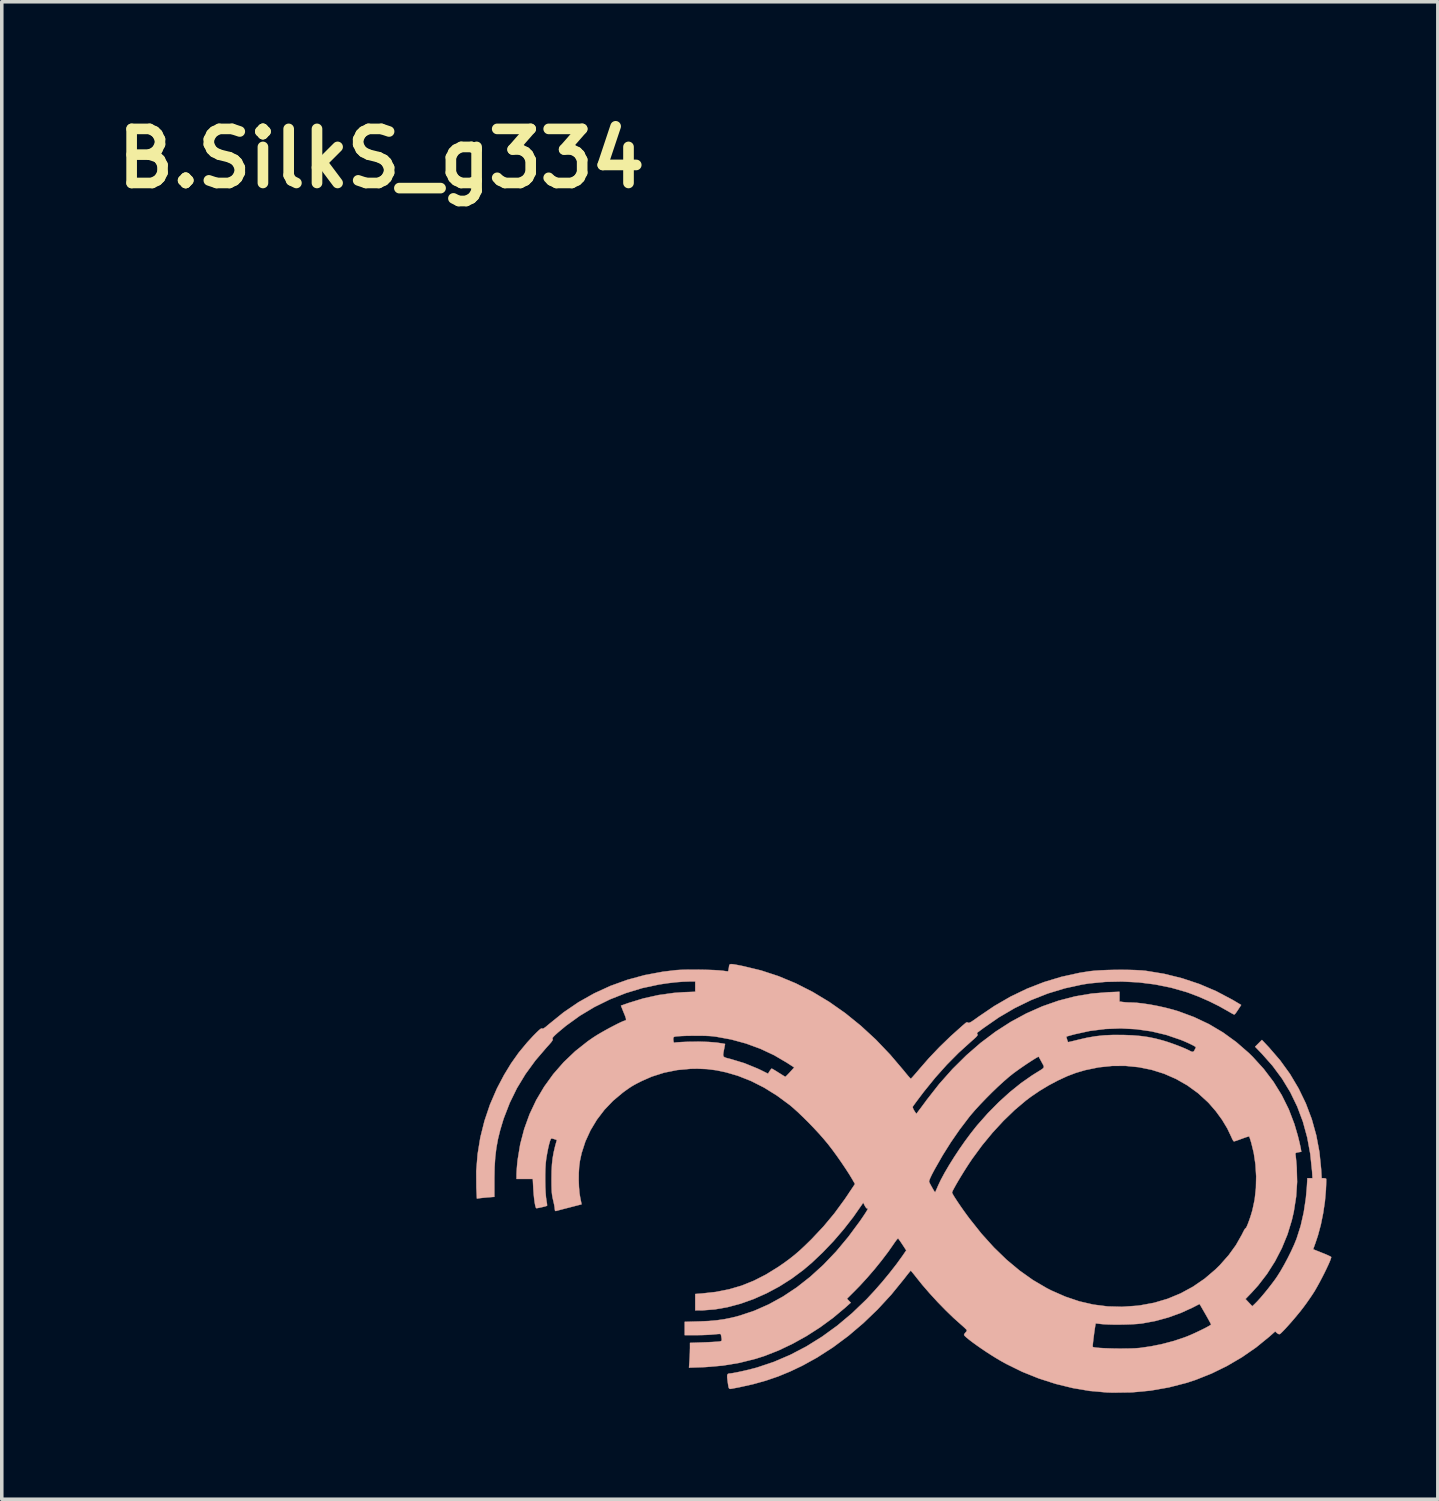
<source format=kicad_pcb>
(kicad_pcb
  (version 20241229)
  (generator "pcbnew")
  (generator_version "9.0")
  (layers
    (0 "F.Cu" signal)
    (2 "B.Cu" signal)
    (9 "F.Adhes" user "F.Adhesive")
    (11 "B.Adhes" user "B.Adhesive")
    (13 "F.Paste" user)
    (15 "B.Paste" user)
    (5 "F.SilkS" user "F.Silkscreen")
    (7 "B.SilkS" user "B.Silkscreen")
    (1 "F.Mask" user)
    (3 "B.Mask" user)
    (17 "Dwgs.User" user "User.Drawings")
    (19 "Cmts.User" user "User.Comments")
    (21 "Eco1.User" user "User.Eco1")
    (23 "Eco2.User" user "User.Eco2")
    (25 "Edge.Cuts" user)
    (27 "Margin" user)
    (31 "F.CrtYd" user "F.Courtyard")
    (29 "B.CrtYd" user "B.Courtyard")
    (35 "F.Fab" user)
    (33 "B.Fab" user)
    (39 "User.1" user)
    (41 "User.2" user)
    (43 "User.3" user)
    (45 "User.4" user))
  (footprint "B.SilkS_g334"
    (layer "F.Cu")
    (at 7.7 1.418)
    (property "Reference" "B.SilkS_g334" (at 0 0 0) (layer "F.SilkS") (effects (font (size 1.524 1.524) (thickness 0.3))))
    (attr through_hole)
    (fp_poly (pts (xy 9.899 22.711) (xy 9.971 22.722) (xy 10.073 22.741) (xy 10.202 22.767) (xy 10.704 22.888) (xy 11.198 23.05) (xy 11.683 23.252) (xy 12.159 23.494) (xy 12.624 23.774) (xy 13.076 24.091) (xy 13.514 24.446) (xy 13.938 24.836) (xy 14.344 25.262) (xy 14.715 25.698) (xy 14.784 25.783) (xy 14.845 25.856) (xy 14.892 25.909) (xy 14.92 25.937) (xy 14.925 25.94) (xy 14.943 25.924) (xy 14.983 25.881) (xy 15.04 25.816) (xy 15.11 25.735) (xy 15.169 25.665) (xy 15.435 25.36) (xy 15.73 25.05) (xy 16.046 24.744) (xy 16.371 24.453) (xy 16.473 24.366) (xy 16.509 24.347) (xy 16.539 24.361) (xy 16.557 24.366) (xy 16.588 24.357) (xy 16.636 24.331) (xy 16.706 24.284) (xy 16.803 24.215) (xy 16.824 24.199) (xy 17.275 23.893) (xy 17.732 23.628) (xy 18.199 23.403) (xy 18.676 23.217) (xy 19.168 23.068) (xy 19.677 22.956) (xy 19.971 22.909) (xy 20.105 22.895) (xy 20.272 22.884) (xy 20.462 22.876) (xy 20.666 22.871) (xy 20.874 22.87) (xy 21.077 22.872) (xy 21.265 22.878) (xy 21.43 22.887) (xy 21.548 22.898) (xy 22.066 22.983) (xy 22.571 23.108) (xy 23.06 23.271) (xy 23.532 23.472) (xy 23.986 23.712) (xy 24.041 23.744) (xy 24.237 23.861) (xy 24.201 23.916) (xy 24.141 24.008) (xy 24.099 24.07) (xy 24.071 24.107) (xy 24.053 24.125) (xy 24.041 24.13) (xy 24.015 24.12) (xy 23.963 24.092) (xy 23.894 24.052) (xy 23.868 24.037) (xy 23.614 23.894) (xy 23.334 23.755) (xy 23.042 23.627) (xy 22.755 23.518) (xy 22.691 23.496) (xy 22.261 23.373) (xy 21.811 23.282) (xy 21.348 23.224) (xy 20.879 23.2) (xy 20.411 23.21) (xy 19.951 23.254) (xy 19.755 23.285) (xy 19.268 23.391) (xy 18.787 23.537) (xy 18.314 23.724) (xy 17.853 23.949) (xy 17.406 24.211) (xy 16.981 24.506) (xy 16.908 24.56) (xy 16.848 24.605) (xy 16.808 24.634) (xy 16.798 24.642) (xy 16.791 24.668) (xy 16.802 24.686) (xy 16.808 24.703) (xy 16.796 24.728) (xy 16.763 24.766) (xy 16.705 24.82) (xy 16.621 24.894) (xy 16.273 25.209) (xy 15.94 25.545) (xy 15.615 25.908) (xy 15.294 26.304) (xy 15.153 26.49) (xy 15.091 26.573) (xy 15.038 26.645) (xy 14.999 26.699) (xy 14.98 26.727) (xy 14.979 26.727) (xy 14.981 26.76) (xy 15.004 26.812) (xy 15.022 26.842) (xy 15.08 26.93) (xy 15.127 26.869) (xy 15.156 26.83) (xy 15.205 26.766) (xy 15.267 26.682) (xy 15.337 26.588) (xy 15.369 26.543) (xy 15.726 26.087) (xy 16.1 25.666) (xy 16.49 25.28) (xy 16.894 24.929) (xy 17.129 24.753) (xy 19.309 24.753) (xy 19.312 24.773) (xy 19.324 24.816) (xy 19.339 24.864) (xy 19.353 24.9) (xy 19.357 24.908) (xy 19.378 24.905) (xy 19.432 24.893) (xy 19.512 24.874) (xy 19.611 24.85) (xy 19.645 24.841) (xy 19.894 24.784) (xy 20.133 24.743) (xy 20.373 24.717) (xy 20.629 24.706) (xy 20.912 24.707) (xy 20.921 24.707) (xy 21.177 24.717) (xy 21.403 24.736) (xy 21.612 24.765) (xy 21.815 24.806) (xy 22.025 24.861) (xy 22.045 24.867) (xy 22.165 24.904) (xy 22.298 24.95) (xy 22.435 25) (xy 22.565 25.051) (xy 22.678 25.099) (xy 22.763 25.139) (xy 22.775 25.146) (xy 22.839 25.177) (xy 22.878 25.183) (xy 22.905 25.163) (xy 22.925 25.13) (xy 22.948 25.084) (xy 22.961 25.057) (xy 22.948 25.04) (xy 22.9 25.01) (xy 22.824 24.971) (xy 22.726 24.925) (xy 22.611 24.875) (xy 22.532 24.843) (xy 22.128 24.705) (xy 21.709 24.605) (xy 21.28 24.544) (xy 20.844 24.521) (xy 20.406 24.538) (xy 19.97 24.593) (xy 19.558 24.683) (xy 19.463 24.708) (xy 19.384 24.73) (xy 19.33 24.746) (xy 19.309 24.753) (xy 17.129 24.753) (xy 17.311 24.615) (xy 17.74 24.339) (xy 18.181 24.1) (xy 18.631 23.9) (xy 19.089 23.74) (xy 19.556 23.619) (xy 20.028 23.539) (xy 20.484 23.502) (xy 20.807 23.489) (xy 20.807 23.764) (xy 20.905 23.778) (xy 20.985 23.786) (xy 21.079 23.791) (xy 21.126 23.791) (xy 21.282 23.798) (xy 21.468 23.819) (xy 21.674 23.85) (xy 21.891 23.891) (xy 22.11 23.94) (xy 22.32 23.995) (xy 22.468 24.039) (xy 22.91 24.203) (xy 23.329 24.401) (xy 23.725 24.636) (xy 24.099 24.907) (xy 24.452 25.214) (xy 24.564 25.324) (xy 24.874 25.665) (xy 25.147 26.025) (xy 25.381 26.403) (xy 25.578 26.8) (xy 25.737 27.217) (xy 25.833 27.545) (xy 25.861 27.657) (xy 25.886 27.761) (xy 25.905 27.848) (xy 25.917 27.907) (xy 25.918 27.911) (xy 25.932 27.999) (xy 25.844 28.014) (xy 25.789 28.026) (xy 25.767 28.043) (xy 25.767 28.072) (xy 25.768 28.074) (xy 25.773 28.111) (xy 25.781 28.181) (xy 25.79 28.276) (xy 25.799 28.387) (xy 25.803 28.44) (xy 25.814 28.85) (xy 25.786 29.269) (xy 25.72 29.691) (xy 25.664 29.932) (xy 25.543 30.328) (xy 25.384 30.715) (xy 25.191 31.088) (xy 24.967 31.441) (xy 24.715 31.768) (xy 24.539 31.963) (xy 24.359 32.15) (xy 24.455 32.252) (xy 24.551 32.353) (xy 24.618 32.29) (xy 24.695 32.212) (xy 24.789 32.108) (xy 24.893 31.985) (xy 25 31.853) (xy 25.103 31.72) (xy 25.197 31.594) (xy 25.255 31.509) (xy 25.349 31.36) (xy 25.449 31.185) (xy 25.55 30.996) (xy 25.645 30.805) (xy 25.729 30.622) (xy 25.795 30.46) (xy 25.803 30.438) (xy 25.915 30.085) (xy 26.001 29.705) (xy 26.061 29.307) (xy 26.089 28.993) (xy 26.104 28.744) (xy 26.248 28.744) (xy 26.236 28.549) (xy 26.185 28.06) (xy 26.099 27.594) (xy 25.977 27.149) (xy 25.818 26.726) (xy 25.623 26.322) (xy 25.39 25.938) (xy 25.12 25.574) (xy 24.82 25.235) (xy 24.63 25.038) (xy 24.726 24.942) (xy 24.822 24.846) (xy 25.018 25.054) (xy 25.334 25.42) (xy 25.613 25.806) (xy 25.855 26.213) (xy 26.06 26.637) (xy 26.227 27.079) (xy 26.354 27.536) (xy 26.443 28.008) (xy 26.491 28.485) (xy 26.506 28.744) (xy 26.566 28.744) (xy 26.611 28.749) (xy 26.633 28.76) (xy 26.635 28.786) (xy 26.634 28.846) (xy 26.632 28.932) (xy 26.627 29.036) (xy 26.626 29.072) (xy 26.598 29.396) (xy 26.549 29.727) (xy 26.483 30.054) (xy 26.4 30.362) (xy 26.333 30.563) (xy 26.304 30.643) (xy 26.282 30.705) (xy 26.269 30.741) (xy 26.268 30.746) (xy 26.286 30.755) (xy 26.337 30.776) (xy 26.412 30.806) (xy 26.505 30.843) (xy 26.522 30.85) (xy 26.617 30.888) (xy 26.696 30.923) (xy 26.751 30.95) (xy 26.775 30.966) (xy 26.776 30.968) (xy 26.766 31.009) (xy 26.739 31.082) (xy 26.697 31.178) (xy 26.643 31.293) (xy 26.582 31.419) (xy 26.515 31.55) (xy 26.446 31.681) (xy 26.378 31.804) (xy 26.315 31.914) (xy 26.296 31.945) (xy 26.235 32.039) (xy 26.158 32.152) (xy 26.074 32.272) (xy 25.992 32.383) (xy 25.986 32.391) (xy 25.914 32.484) (xy 25.831 32.586) (xy 25.741 32.694) (xy 25.649 32.801) (xy 25.559 32.902) (xy 25.477 32.992) (xy 25.407 33.065) (xy 25.355 33.116) (xy 25.323 33.14) (xy 25.322 33.141) (xy 25.287 33.136) (xy 25.245 33.108) (xy 25.197 33.063) (xy 25.029 33.212) (xy 24.658 33.514) (xy 24.259 33.79) (xy 23.837 34.037) (xy 23.4 34.251) (xy 22.953 34.429) (xy 22.708 34.51) (xy 22.199 34.641) (xy 21.681 34.732) (xy 21.154 34.781) (xy 20.619 34.789) (xy 20.447 34.783) (xy 19.971 34.741) (xy 19.489 34.659) (xy 19.007 34.541) (xy 18.531 34.388) (xy 18.066 34.201) (xy 17.62 33.982) (xy 17.451 33.888) (xy 17.323 33.812) (xy 17.188 33.728) (xy 17.05 33.639) (xy 16.915 33.548) (xy 16.833 33.491) (xy 20.05 33.491) (xy 20.05 33.498) (xy 20.083 33.51) (xy 20.151 33.52) (xy 20.249 33.529) (xy 20.37 33.536) (xy 20.509 33.541) (xy 20.659 33.545) (xy 20.814 33.547) (xy 20.967 33.546) (xy 21.112 33.544) (xy 21.244 33.539) (xy 21.355 33.531) (xy 21.389 33.528) (xy 21.702 33.482) (xy 22.023 33.416) (xy 22.337 33.333) (xy 22.63 33.235) (xy 22.722 33.2) (xy 22.818 33.16) (xy 22.925 33.112) (xy 23.034 33.061) (xy 23.139 33.01) (xy 23.235 32.962) (xy 23.312 32.92) (xy 23.366 32.888) (xy 23.389 32.87) (xy 23.389 32.869) (xy 23.379 32.845) (xy 23.351 32.792) (xy 23.309 32.715) (xy 23.257 32.623) (xy 23.227 32.57) (xy 23.065 32.289) (xy 22.869 32.39) (xy 22.539 32.541) (xy 22.184 32.669) (xy 21.819 32.769) (xy 21.457 32.836) (xy 21.423 32.841) (xy 21.302 32.853) (xy 21.153 32.862) (xy 20.986 32.868) (xy 20.812 32.871) (xy 20.642 32.871) (xy 20.485 32.867) (xy 20.352 32.86) (xy 20.278 32.853) (xy 20.207 32.844) (xy 20.156 32.839) (xy 20.137 32.838) (xy 20.131 32.86) (xy 20.122 32.915) (xy 20.11 32.994) (xy 20.096 33.089) (xy 20.083 33.191) (xy 20.07 33.291) (xy 20.06 33.38) (xy 20.053 33.45) (xy 20.05 33.491) (xy 16.833 33.491) (xy 16.788 33.459) (xy 16.673 33.376) (xy 16.574 33.301) (xy 16.497 33.238) (xy 16.446 33.191) (xy 16.425 33.162) (xy 16.425 33.16) (xy 16.44 33.126) (xy 16.468 33.093) (xy 16.498 33.057) (xy 16.505 33.03) (xy 16.488 33.007) (xy 16.444 32.964) (xy 16.383 32.908) (xy 16.341 32.871) (xy 16.129 32.682) (xy 15.906 32.466) (xy 15.679 32.233) (xy 15.457 31.991) (xy 15.25 31.752) (xy 15.084 31.545) (xy 15.024 31.468) (xy 14.973 31.406) (xy 14.938 31.364) (xy 14.922 31.35) (xy 14.907 31.366) (xy 14.87 31.41) (xy 14.818 31.475) (xy 14.755 31.556) (xy 14.732 31.586) (xy 14.373 32.027) (xy 13.99 32.442) (xy 13.586 32.83) (xy 13.165 33.188) (xy 12.731 33.511) (xy 12.285 33.798) (xy 11.87 34.027) (xy 11.526 34.191) (xy 11.187 34.331) (xy 10.842 34.449) (xy 10.481 34.55) (xy 10.095 34.636) (xy 9.87 34.679) (xy 9.836 34.684) (xy 9.813 34.679) (xy 9.796 34.659) (xy 9.784 34.617) (xy 9.772 34.545) (xy 9.759 34.45) (xy 9.748 34.357) (xy 9.749 34.298) (xy 9.764 34.265) (xy 9.795 34.251) (xy 9.832 34.248) (xy 9.881 34.242) (xy 9.963 34.228) (xy 10.068 34.207) (xy 10.188 34.181) (xy 10.314 34.152) (xy 10.437 34.121) (xy 10.55 34.092) (xy 10.595 34.079) (xy 11.064 33.922) (xy 11.526 33.724) (xy 11.98 33.487) (xy 12.423 33.211) (xy 12.853 32.899) (xy 13.267 32.551) (xy 13.664 32.17) (xy 13.695 32.138) (xy 13.905 31.912) (xy 14.118 31.669) (xy 14.325 31.418) (xy 14.518 31.171) (xy 14.688 30.936) (xy 14.728 30.878) (xy 14.796 30.778) (xy 14.688 30.613) (xy 14.64 30.541) (xy 14.599 30.483) (xy 14.572 30.448) (xy 14.565 30.442) (xy 14.547 30.456) (xy 14.512 30.498) (xy 14.467 30.56) (xy 14.446 30.591) (xy 14.288 30.818) (xy 14.104 31.06) (xy 13.904 31.308) (xy 13.695 31.55) (xy 13.487 31.777) (xy 13.348 31.919) (xy 13.125 32.141) (xy 13.178 32.197) (xy 13.232 32.253) (xy 13.074 32.394) (xy 12.733 32.68) (xy 12.367 32.948) (xy 11.985 33.193) (xy 11.592 33.411) (xy 11.195 33.6) (xy 10.8 33.755) (xy 10.549 33.835) (xy 10.089 33.95) (xy 9.622 34.027) (xy 9.14 34.068) (xy 9.051 34.072) (xy 8.672 34.085) (xy 8.686 33.888) (xy 8.692 33.777) (xy 8.697 33.66) (xy 8.699 33.558) (xy 8.7 33.538) (xy 8.7 33.386) (xy 9.086 33.372) (xy 9.214 33.367) (xy 9.332 33.361) (xy 9.431 33.355) (xy 9.503 33.35) (xy 9.537 33.346) (xy 9.577 33.336) (xy 9.594 33.318) (xy 9.594 33.279) (xy 9.588 33.24) (xy 9.578 33.182) (xy 9.567 33.143) (xy 9.564 33.137) (xy 9.54 33.134) (xy 9.484 33.137) (xy 9.407 33.144) (xy 9.376 33.147) (xy 9.287 33.155) (xy 9.17 33.161) (xy 9.039 33.166) (xy 8.906 33.168) (xy 8.874 33.168) (xy 8.551 33.168) (xy 8.551 32.793) (xy 8.969 32.781) (xy 9.228 32.77) (xy 9.459 32.749) (xy 9.674 32.718) (xy 9.887 32.674) (xy 10.097 32.62) (xy 10.512 32.481) (xy 10.92 32.301) (xy 11.32 32.081) (xy 11.711 31.821) (xy 12.091 31.522) (xy 12.461 31.185) (xy 12.818 30.811) (xy 13.162 30.399) (xy 13.493 29.952) (xy 13.515 29.92) (xy 13.6 29.795) (xy 13.661 29.702) (xy 13.699 29.638) (xy 13.715 29.603) (xy 13.71 29.594) (xy 13.699 29.599) (xy 13.675 29.591) (xy 13.643 29.548) (xy 13.629 29.523) (xy 13.583 29.433) (xy 13.549 29.485) (xy 13.305 29.835) (xy 13.034 30.183) (xy 12.744 30.52) (xy 12.441 30.837) (xy 12.134 31.128) (xy 11.891 31.334) (xy 11.562 31.578) (xy 11.217 31.797) (xy 10.859 31.988) (xy 10.495 32.15) (xy 10.127 32.281) (xy 9.761 32.379) (xy 9.402 32.442) (xy 9.055 32.469) (xy 8.991 32.469) (xy 8.848 32.47) (xy 8.848 32.008) (xy 9.033 31.994) (xy 9.431 31.95) (xy 9.803 31.876) (xy 10.158 31.772) (xy 10.502 31.633) (xy 10.843 31.459) (xy 11.176 31.253) (xy 11.35 31.134) (xy 11.504 31.021) (xy 11.647 30.908) (xy 11.789 30.786) (xy 11.938 30.647) (xy 12.104 30.485) (xy 12.129 30.46) (xy 12.464 30.104) (xy 12.772 29.734) (xy 13.062 29.338) (xy 13.133 29.233) (xy 13.19 29.148) (xy 16.087 29.148) (xy 16.099 29.179) (xy 16.132 29.238) (xy 16.184 29.32) (xy 16.25 29.421) (xy 16.327 29.534) (xy 16.411 29.654) (xy 16.5 29.777) (xy 16.574 29.877) (xy 16.915 30.306) (xy 17.265 30.694) (xy 17.623 31.041) (xy 17.99 31.347) (xy 18.366 31.614) (xy 18.753 31.841) (xy 18.885 31.909) (xy 19.281 32.083) (xy 19.675 32.216) (xy 20.071 32.307) (xy 20.471 32.358) (xy 20.88 32.369) (xy 21.298 32.34) (xy 21.389 32.329) (xy 21.784 32.256) (xy 22.165 32.143) (xy 22.531 31.991) (xy 22.879 31.802) (xy 23.208 31.576) (xy 23.514 31.315) (xy 23.644 31.186) (xy 23.886 30.912) (xy 24.09 30.629) (xy 24.258 30.333) (xy 24.287 30.274) (xy 24.32 30.21) (xy 24.347 30.167) (xy 24.364 30.153) (xy 24.364 30.153) (xy 24.378 30.139) (xy 24.401 30.092) (xy 24.431 30.019) (xy 24.464 29.929) (xy 24.499 29.828) (xy 24.531 29.724) (xy 24.554 29.644) (xy 24.618 29.344) (xy 24.653 29.023) (xy 24.66 28.691) (xy 24.64 28.357) (xy 24.592 28.032) (xy 24.524 27.753) (xy 24.5 27.673) (xy 24.479 27.609) (xy 24.466 27.572) (xy 24.463 27.567) (xy 24.44 27.57) (xy 24.387 27.585) (xy 24.312 27.611) (xy 24.254 27.632) (xy 24.168 27.664) (xy 24.096 27.689) (xy 24.047 27.704) (xy 24.033 27.707) (xy 24.014 27.689) (xy 23.987 27.642) (xy 23.962 27.585) (xy 23.847 27.343) (xy 23.699 27.097) (xy 23.524 26.857) (xy 23.33 26.633) (xy 23.294 26.596) (xy 23.019 26.345) (xy 22.72 26.128) (xy 22.401 25.946) (xy 22.065 25.799) (xy 21.715 25.689) (xy 21.352 25.615) (xy 20.98 25.578) (xy 20.602 25.579) (xy 20.22 25.619) (xy 19.838 25.698) (xy 19.579 25.774) (xy 19.337 25.866) (xy 19.079 25.985) (xy 18.815 26.125) (xy 18.554 26.282) (xy 18.307 26.45) (xy 18.173 26.551) (xy 17.854 26.82) (xy 17.537 27.126) (xy 17.228 27.461) (xy 16.933 27.819) (xy 16.657 28.195) (xy 16.565 28.332) (xy 16.489 28.449) (xy 16.411 28.573) (xy 16.334 28.698) (xy 16.262 28.818) (xy 16.198 28.928) (xy 16.146 29.022) (xy 16.108 29.094) (xy 16.089 29.139) (xy 16.087 29.148) (xy 13.19 29.148) (xy 13.351 28.907) (xy 13.315 28.845) (xy 15.44 28.845) (xy 15.458 28.884) (xy 15.488 28.942) (xy 15.524 29.006) (xy 15.559 29.068) (xy 15.589 29.116) (xy 15.607 29.141) (xy 15.61 29.143) (xy 15.62 29.122) (xy 15.643 29.071) (xy 15.675 28.999) (xy 15.691 28.96) (xy 15.772 28.789) (xy 15.878 28.592) (xy 16.003 28.379) (xy 16.143 28.155) (xy 16.293 27.927) (xy 16.45 27.702) (xy 16.609 27.488) (xy 16.765 27.29) (xy 16.805 27.242) (xy 17.098 26.911) (xy 17.403 26.602) (xy 17.716 26.318) (xy 18.03 26.065) (xy 18.34 25.848) (xy 18.426 25.794) (xy 18.53 25.73) (xy 18.604 25.684) (xy 18.65 25.65) (xy 18.672 25.621) (xy 18.674 25.591) (xy 18.659 25.554) (xy 18.631 25.504) (xy 18.615 25.474) (xy 18.577 25.404) (xy 18.547 25.35) (xy 18.531 25.321) (xy 18.53 25.319) (xy 18.509 25.325) (xy 18.46 25.352) (xy 18.388 25.396) (xy 18.299 25.453) (xy 18.198 25.519) (xy 18.092 25.591) (xy 17.985 25.665) (xy 17.885 25.737) (xy 17.826 25.78) (xy 17.695 25.884) (xy 17.545 26.014) (xy 17.382 26.163) (xy 17.212 26.326) (xy 17.044 26.495) (xy 16.882 26.664) (xy 16.734 26.825) (xy 16.607 26.973) (xy 16.57 27.019) (xy 16.3 27.374) (xy 16.054 27.73) (xy 15.822 28.099) (xy 15.595 28.496) (xy 15.588 28.509) (xy 15.516 28.646) (xy 15.468 28.748) (xy 15.443 28.815) (xy 15.44 28.845) (xy 13.315 28.845) (xy 13.277 28.778) (xy 13.19 28.634) (xy 13.083 28.469) (xy 12.963 28.291) (xy 12.837 28.111) (xy 12.712 27.94) (xy 12.595 27.788) (xy 12.581 27.771) (xy 12.469 27.637) (xy 12.337 27.487) (xy 12.19 27.329) (xy 12.037 27.17) (xy 11.883 27.018) (xy 11.737 26.878) (xy 11.604 26.759) (xy 11.515 26.683) (xy 11.154 26.417) (xy 10.791 26.191) (xy 10.424 26.005) (xy 10.05 25.857) (xy 9.718 25.76) (xy 9.446 25.702) (xy 9.181 25.668) (xy 8.905 25.657) (xy 8.721 25.66) (xy 8.34 25.695) (xy 7.972 25.769) (xy 7.62 25.881) (xy 7.341 26.004) (xy 7.223 26.063) (xy 7.13 26.113) (xy 7.05 26.16) (xy 6.97 26.213) (xy 6.877 26.279) (xy 6.805 26.332) (xy 6.533 26.56) (xy 6.289 26.815) (xy 6.076 27.094) (xy 5.896 27.393) (xy 5.751 27.709) (xy 5.645 28.037) (xy 5.597 28.258) (xy 5.576 28.416) (xy 5.565 28.6) (xy 5.563 28.795) (xy 5.57 28.988) (xy 5.585 29.164) (xy 5.605 29.287) (xy 5.644 29.48) (xy 5.293 29.571) (xy 5.176 29.601) (xy 5.072 29.628) (xy 4.989 29.65) (xy 4.934 29.665) (xy 4.916 29.67) (xy 4.896 29.661) (xy 4.889 29.616) (xy 4.884 29.567) (xy 4.871 29.49) (xy 4.851 29.4) (xy 4.843 29.365) (xy 4.826 29.291) (xy 4.814 29.221) (xy 4.805 29.144) (xy 4.8 29.052) (xy 4.797 28.938) (xy 4.796 28.79) (xy 4.796 28.765) (xy 4.799 28.545) (xy 4.809 28.355) (xy 4.828 28.184) (xy 4.856 28.021) (xy 4.895 27.855) (xy 4.909 27.802) (xy 4.947 27.667) (xy 4.883 27.645) (xy 4.83 27.629) (xy 4.794 27.622) (xy 4.775 27.643) (xy 4.753 27.699) (xy 4.728 27.786) (xy 4.702 27.897) (xy 4.676 28.028) (xy 4.651 28.173) (xy 4.645 28.215) (xy 4.632 28.335) (xy 4.623 28.483) (xy 4.619 28.648) (xy 4.619 28.821) (xy 4.622 28.991) (xy 4.63 29.149) (xy 4.641 29.284) (xy 4.656 29.387) (xy 4.667 29.454) (xy 4.672 29.504) (xy 4.67 29.521) (xy 4.646 29.53) (xy 4.593 29.545) (xy 4.526 29.561) (xy 4.457 29.576) (xy 4.399 29.587) (xy 4.369 29.59) (xy 4.354 29.571) (xy 4.338 29.515) (xy 4.322 29.429) (xy 4.307 29.319) (xy 4.294 29.191) (xy 4.284 29.052) (xy 4.282 29.014) (xy 4.269 28.765) (xy 3.81 28.765) (xy 3.81 28.633) (xy 3.813 28.559) (xy 3.82 28.456) (xy 3.83 28.34) (xy 3.841 28.232) (xy 3.914 27.788) (xy 4.027 27.357) (xy 4.177 26.942) (xy 4.365 26.544) (xy 4.589 26.166) (xy 4.847 25.809) (xy 5.139 25.475) (xy 5.463 25.166) (xy 5.819 24.884) (xy 5.936 24.803) (xy 8.228 24.803) (xy 8.23 24.852) (xy 8.239 24.906) (xy 8.253 24.926) (xy 8.273 24.922) (xy 8.304 24.917) (xy 8.371 24.912) (xy 8.465 24.906) (xy 8.581 24.901) (xy 8.71 24.897) (xy 8.723 24.897) (xy 8.984 24.895) (xy 9.225 24.903) (xy 9.439 24.92) (xy 9.618 24.946) (xy 9.633 24.949) (xy 9.689 24.96) (xy 9.66 25.111) (xy 9.642 25.204) (xy 9.635 25.267) (xy 9.643 25.308) (xy 9.674 25.335) (xy 9.731 25.356) (xy 9.822 25.379) (xy 9.857 25.388) (xy 10.233 25.502) (xy 10.603 25.653) (xy 10.694 25.696) (xy 10.9 25.798) (xy 10.944 25.726) (xy 10.976 25.681) (xy 10.999 25.656) (xy 11.003 25.654) (xy 11.026 25.665) (xy 11.076 25.694) (xy 11.145 25.736) (xy 11.197 25.769) (xy 11.274 25.817) (xy 11.336 25.856) (xy 11.377 25.88) (xy 11.388 25.885) (xy 11.406 25.871) (xy 11.444 25.833) (xy 11.497 25.778) (xy 11.518 25.755) (xy 11.638 25.622) (xy 11.433 25.489) (xy 11.072 25.277) (xy 10.686 25.096) (xy 10.28 24.947) (xy 9.861 24.833) (xy 9.435 24.755) (xy 9.335 24.742) (xy 9.251 24.736) (xy 9.141 24.731) (xy 9.013 24.728) (xy 8.873 24.728) (xy 8.732 24.729) (xy 8.595 24.731) (xy 8.471 24.736) (xy 8.368 24.742) (xy 8.295 24.749) (xy 8.265 24.755) (xy 8.238 24.77) (xy 8.228 24.803) (xy 5.936 24.803) (xy 6.001 24.759) (xy 6.088 24.704) (xy 6.192 24.643) (xy 6.308 24.577) (xy 6.428 24.511) (xy 6.547 24.449) (xy 6.656 24.393) (xy 6.751 24.347) (xy 6.824 24.315) (xy 6.869 24.3) (xy 6.875 24.299) (xy 6.897 24.285) (xy 6.894 24.239) (xy 6.868 24.163) (xy 6.84 24.095) (xy 6.807 24.014) (xy 6.795 23.983) (xy 6.754 23.88) (xy 6.97 23.804) (xy 7.387 23.676) (xy 7.816 23.581) (xy 8.245 23.521) (xy 8.525 23.501) (xy 8.848 23.489) (xy 8.848 23.199) (xy 8.681 23.199) (xy 8.501 23.205) (xy 8.293 23.221) (xy 8.066 23.248) (xy 7.833 23.283) (xy 7.827 23.284) (xy 7.354 23.385) (xy 6.891 23.526) (xy 6.441 23.704) (xy 6.007 23.918) (xy 5.594 24.166) (xy 5.205 24.447) (xy 4.977 24.637) (xy 4.899 24.708) (xy 4.85 24.757) (xy 4.826 24.79) (xy 4.823 24.812) (xy 4.827 24.819) (xy 4.832 24.838) (xy 4.819 24.867) (xy 4.786 24.913) (xy 4.729 24.979) (xy 4.66 25.055) (xy 4.341 25.427) (xy 4.062 25.81) (xy 3.821 26.208) (xy 3.619 26.621) (xy 3.452 27.052) (xy 3.431 27.117) (xy 3.35 27.387) (xy 3.287 27.642) (xy 3.241 27.894) (xy 3.21 28.153) (xy 3.192 28.432) (xy 3.186 28.74) (xy 3.186 28.758) (xy 3.186 29.27) (xy 3.016 29.283) (xy 2.924 29.291) (xy 2.838 29.3) (xy 2.775 29.307) (xy 2.77 29.308) (xy 2.693 29.319) (xy 2.678 29.015) (xy 2.675 28.543) (xy 2.713 28.069) (xy 2.79 27.595) (xy 2.907 27.128) (xy 3.061 26.671) (xy 3.252 26.229) (xy 3.269 26.194) (xy 3.459 25.834) (xy 3.658 25.507) (xy 3.872 25.205) (xy 4.109 24.919) (xy 4.279 24.734) (xy 4.37 24.642) (xy 4.437 24.578) (xy 4.483 24.539) (xy 4.513 24.522) (xy 4.53 24.525) (xy 4.531 24.525) (xy 4.55 24.53) (xy 4.582 24.516) (xy 4.634 24.479) (xy 4.708 24.417) (xy 4.739 24.391) (xy 5.139 24.068) (xy 5.559 23.782) (xy 5.999 23.534) (xy 6.457 23.324) (xy 6.934 23.152) (xy 7.428 23.018) (xy 7.939 22.923) (xy 8.307 22.879) (xy 8.416 22.872) (xy 8.555 22.867) (xy 8.715 22.865) (xy 8.886 22.865) (xy 9.061 22.868) (xy 9.231 22.872) (xy 9.387 22.878) (xy 9.521 22.886) (xy 9.624 22.896) (xy 9.652 22.9) (xy 9.717 22.909) (xy 9.762 22.913) (xy 9.775 22.912) (xy 9.782 22.89) (xy 9.791 22.839) (xy 9.797 22.804) (xy 9.802 22.764) (xy 9.809 22.735) (xy 9.824 22.717) (xy 9.852 22.709) (xy 9.899 22.711)) (stroke (width 0.01) (type solid)) (fill yes) (layer "B.SilkS")))
  (gr_rect
    (start -3 -3)
    (end 37.481 39.212)
    (stroke (width 0.1) (type default))
    (fill no)
    (layer "Edge.Cuts")))
</source>
